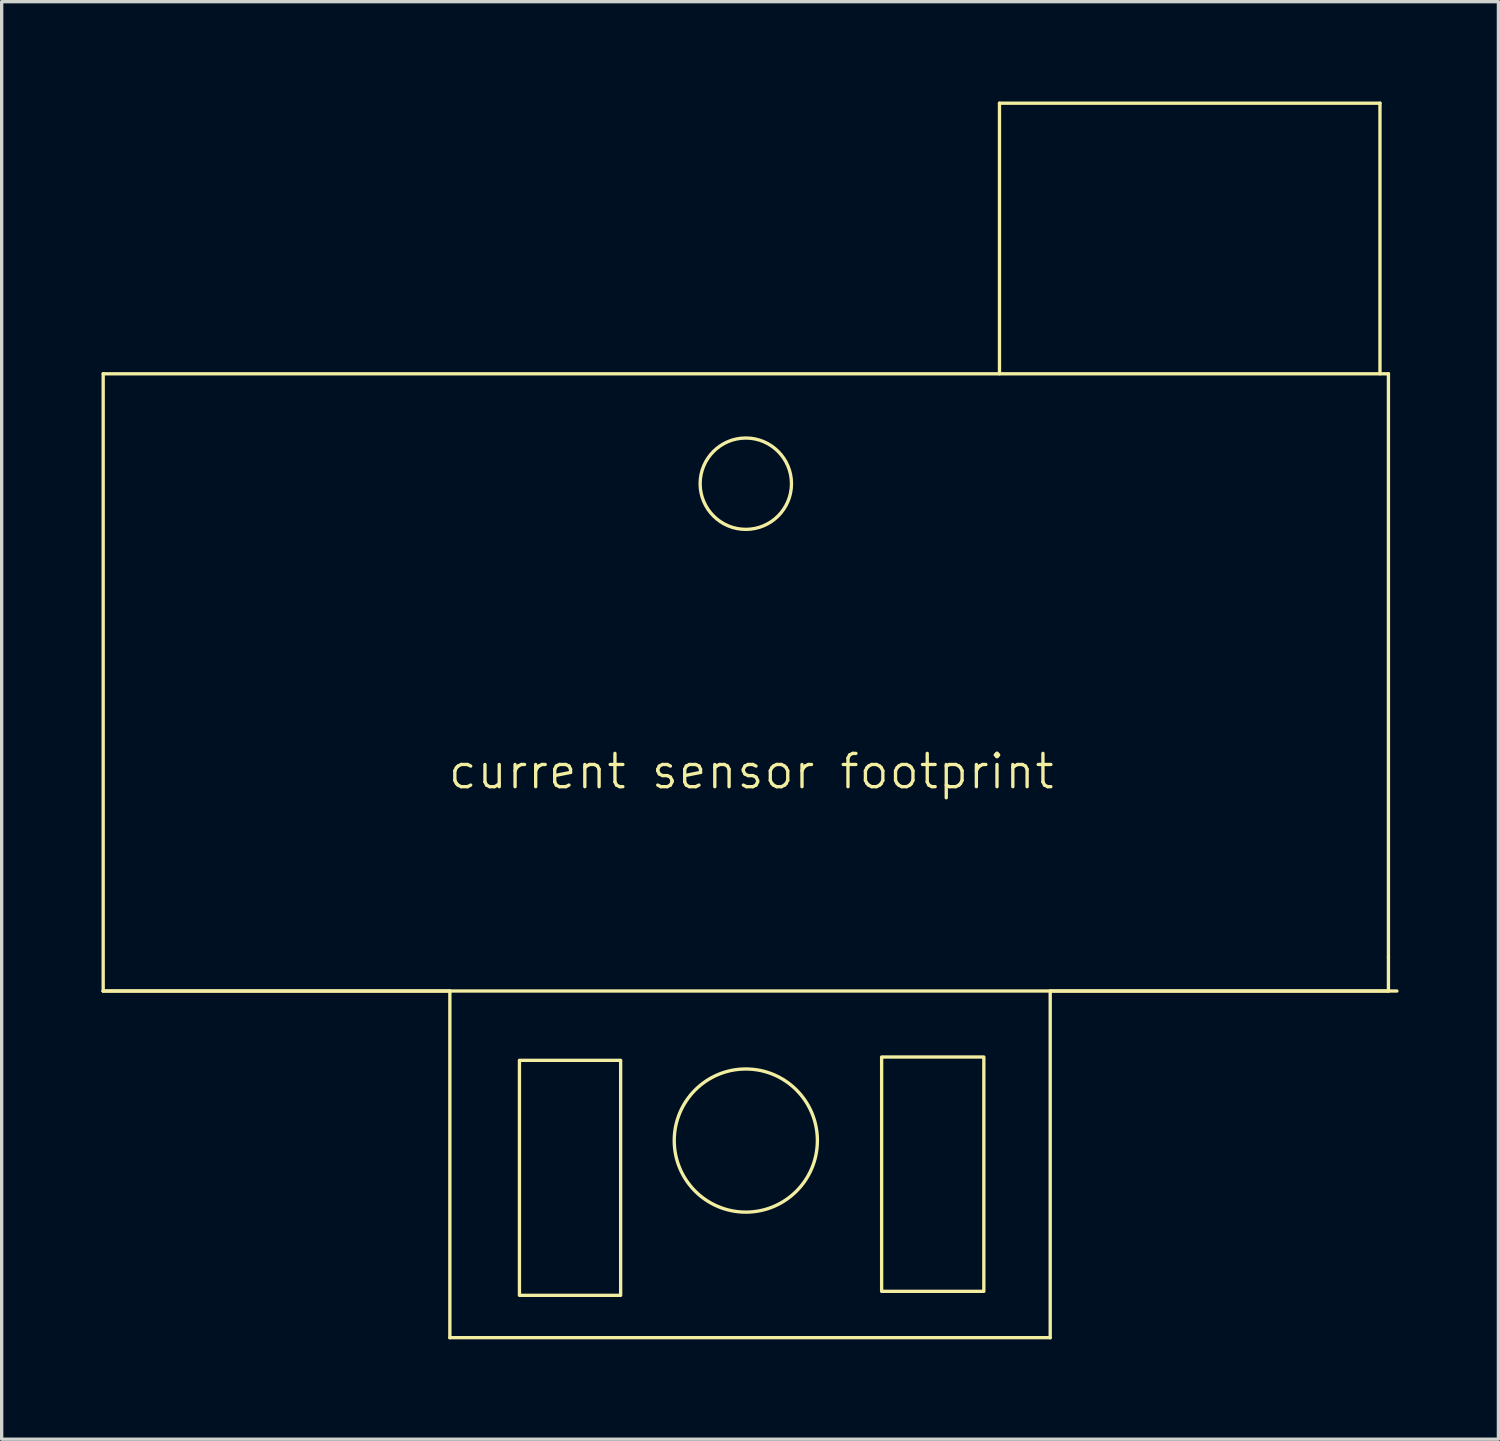
<source format=kicad_pcb>
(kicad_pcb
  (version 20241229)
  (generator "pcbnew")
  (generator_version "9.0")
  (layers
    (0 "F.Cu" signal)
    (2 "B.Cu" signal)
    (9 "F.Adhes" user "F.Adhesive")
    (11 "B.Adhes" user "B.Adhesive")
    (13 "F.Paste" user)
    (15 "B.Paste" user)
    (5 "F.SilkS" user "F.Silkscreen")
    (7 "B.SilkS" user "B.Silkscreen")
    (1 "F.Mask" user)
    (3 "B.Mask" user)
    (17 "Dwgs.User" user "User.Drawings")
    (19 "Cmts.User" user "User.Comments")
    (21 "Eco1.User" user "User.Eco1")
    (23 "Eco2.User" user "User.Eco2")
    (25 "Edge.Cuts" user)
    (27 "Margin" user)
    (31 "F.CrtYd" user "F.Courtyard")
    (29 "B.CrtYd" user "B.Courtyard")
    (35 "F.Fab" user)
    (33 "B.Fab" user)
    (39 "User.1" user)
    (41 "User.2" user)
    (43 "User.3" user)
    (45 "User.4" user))
  (footprint "current sensor footprint"
    (layer "F.Cu")
    (at 19.602 22.01)
    (property "Reference" "current sensor footprint" (at -0.084 -1.886 0) (unlocked yes) (layer "F.SilkS") (effects (font (size 1 1) (thickness 0.1))))
    (fp_line (start -19.552 -13.832) (end 19.056 -13.832) (stroke (width 0.1) (type default)) (layer "F.SilkS"))
    (fp_line (start -19.552 4.71) (end -19.552 -13.832) (stroke (width 0.1) (type default)) (layer "F.SilkS"))
    (fp_line (start -9.138 4.71) (end -19.552 4.71) (stroke (width 0.1) (type default)) (layer "F.SilkS"))
    (fp_line (start -9.138 15.124) (end -9.138 4.71) (stroke (width 0.1) (type default)) (layer "F.SilkS"))
    (fp_line (start 7.372 -21.96) (end 7.372 -13.832) (stroke (width 0.1) (type default)) (layer "F.SilkS"))
    (fp_line (start 8.896 4.71) (end 8.896 15.124) (stroke (width 0.1) (type default)) (layer "F.SilkS"))
    (fp_line (start 8.896 15.124) (end -9.138 15.124) (stroke (width 0.1) (type default)) (layer "F.SilkS"))
    (fp_line (start 18.802 -21.96) (end 7.372 -21.96) (stroke (width 0.1) (type default)) (layer "F.SilkS"))
    (fp_line (start 18.802 -13.832) (end 18.802 -21.96) (stroke (width 0.1) (type default)) (layer "F.SilkS"))
    (fp_line (start 19.056 -13.832) (end 19.056 3.694) (stroke (width 0.1) (type default)) (layer "F.SilkS"))
    (fp_line (start 19.056 3.694) (end 19.056 4.71) (stroke (width 0.1) (type default)) (layer "F.SilkS"))
    (fp_line (start 19.056 4.71) (end 8.896 4.71) (stroke (width 0.1) (type default)) (layer "F.SilkS"))
    (fp_line (start 19.31 4.71) (end -19.552 4.71) (stroke (width 0.1) (type default)) (layer "F.SilkS"))
    (fp_rect (start -7.048 6.792) (end -4.008 13.852) (stroke (width 0.1) (type default)) (fill no) (layer "F.SilkS"))
    (fp_rect (start 6.902 6.692) (end 3.832 13.732) (stroke (width 0.1) (type default)) (fill no) (layer "F.SilkS"))
    (fp_circle (center -0.248 -10.53) (end -0.258 -9.158) (stroke (width 0.1) (type default)) (fill no) (layer "F.SilkS"))
    (fp_circle (center -0.248 9.202) (end -0.248 11.352) (stroke (width 0.1) (type default)) (fill no) (layer "F.SilkS")))
  (gr_rect
    (start -3 -3)
    (end 41.962 40.184)
    (stroke (width 0.1) (type default))
    (fill no)
    (layer "Edge.Cuts")))
</source>
